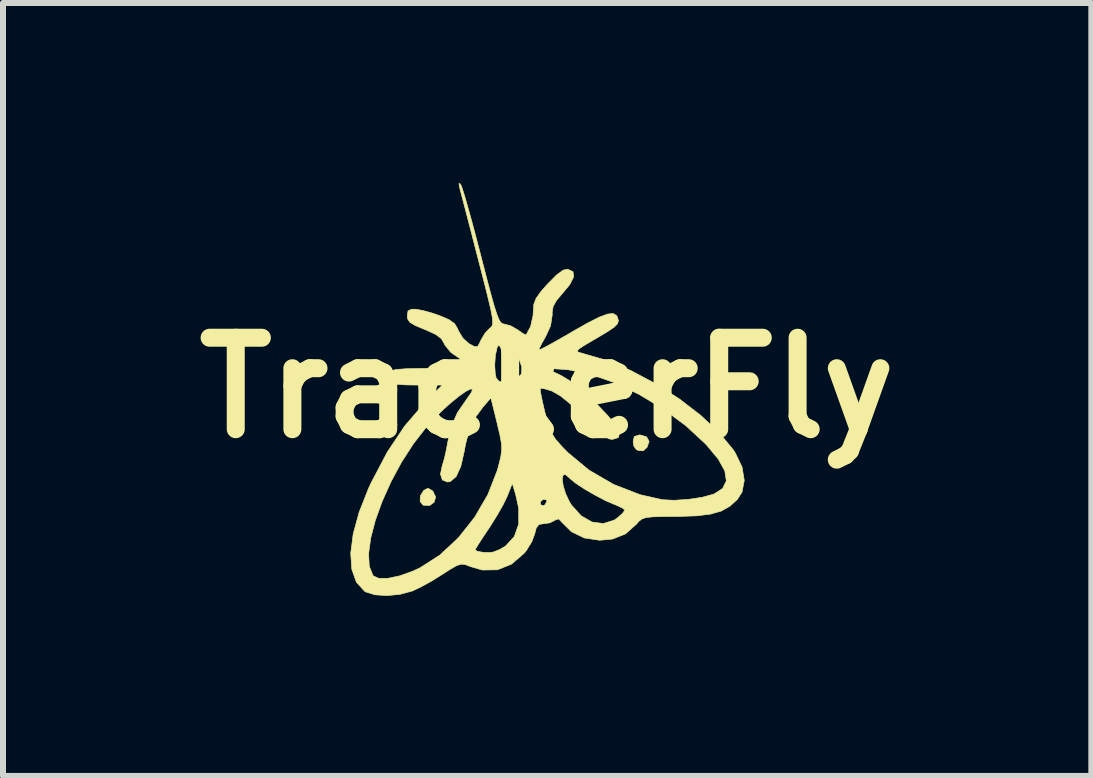
<source format=kicad_pcb>
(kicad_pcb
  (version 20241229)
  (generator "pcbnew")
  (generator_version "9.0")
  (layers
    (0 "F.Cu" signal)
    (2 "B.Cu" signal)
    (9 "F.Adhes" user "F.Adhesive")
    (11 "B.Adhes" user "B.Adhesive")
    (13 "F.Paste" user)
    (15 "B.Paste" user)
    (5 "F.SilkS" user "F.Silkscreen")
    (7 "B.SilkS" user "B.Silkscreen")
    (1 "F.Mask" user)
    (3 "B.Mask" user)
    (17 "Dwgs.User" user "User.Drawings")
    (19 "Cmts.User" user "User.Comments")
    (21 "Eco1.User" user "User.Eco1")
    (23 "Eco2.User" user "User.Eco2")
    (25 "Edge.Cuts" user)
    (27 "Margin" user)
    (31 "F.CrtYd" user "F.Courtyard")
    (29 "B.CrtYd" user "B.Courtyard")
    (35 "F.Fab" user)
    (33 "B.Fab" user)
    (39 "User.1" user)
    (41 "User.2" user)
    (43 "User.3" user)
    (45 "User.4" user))
  (footprint "TrackerFly"
    (layer "F.Cu")
    (at 6.067 3.412)
    (property "Reference" "TrackerFly" (at 0 0 0) (layer "F.SilkS") (effects (font (size 1.524 1.524) (thickness 0.3))))
    (attr through_hole)
    (fp_poly (pts (xy -1.917 1.712) (xy -1.903 1.725) (xy -1.858 1.818) (xy -1.883 1.906) (xy -1.958 1.961) (xy -2.065 1.956) (xy -2.067 1.955) (xy -2.117 1.894) (xy -2.113 1.799) (xy -2.057 1.71) (xy -2.053 1.707) (xy -1.985 1.673) (xy -1.917 1.712)) (stroke (width 0.01) (type solid)) (fill yes) (layer "F.SilkS"))
    (fp_poly (pts (xy 1.656 0.816) (xy 1.699 0.893) (xy 1.665 0.99) (xy 1.662 0.993) (xy 1.6 1.05) (xy 1.528 1.046) (xy 1.489 1.032) (xy 1.445 0.973) (xy 1.432 0.897) (xy 1.451 0.812) (xy 1.528 0.786) (xy 1.549 0.785) (xy 1.656 0.816)) (stroke (width 0.01) (type solid)) (fill yes) (layer "F.SilkS"))
    (fp_poly (pts (xy -1.444 -3.394) (xy -1.421 -3.339) (xy -1.378 -3.206) (xy -1.321 -3.008) (xy -1.252 -2.759) (xy -1.175 -2.47) (xy -1.106 -2.205) (xy -1.016 -1.855) (xy -0.944 -1.584) (xy -0.888 -1.382) (xy -0.843 -1.24) (xy -0.807 -1.147) (xy -0.776 -1.093) (xy -0.746 -1.068) (xy -0.713 -1.062) (xy -0.713 -1.062) (xy -0.608 -1.034) (xy -0.492 -0.967) (xy -0.489 -0.965) (xy -0.402 -0.904) (xy -0.353 -0.882) (xy -0.35 -0.884) (xy -0.276 -1.021) (xy -0.235 -1.205) (xy -0.231 -1.286) (xy -0.222 -1.394) (xy -0.184 -1.491) (xy -0.106 -1.602) (xy 0.007 -1.73) (xy 0.157 -1.881) (xy 0.267 -1.961) (xy 0.341 -1.977) (xy 0.431 -1.935) (xy 0.442 -1.848) (xy 0.375 -1.718) (xy 0.271 -1.592) (xy 0.157 -1.458) (xy 0.099 -1.355) (xy 0.083 -1.254) (xy 0.085 -1.219) (xy 0.057 -1.034) (xy -0.022 -0.861) (xy -0.089 -0.741) (xy -0.131 -0.656) (xy -0.139 -0.634) (xy -0.101 -0.645) (xy 0.001 -0.697) (xy 0.153 -0.781) (xy 0.342 -0.889) (xy 0.404 -0.926) (xy 0.667 -1.076) (xy 0.864 -1.176) (xy 1.005 -1.229) (xy 1.098 -1.238) (xy 1.155 -1.206) (xy 1.173 -1.173) (xy 1.187 -1.117) (xy 1.172 -1.067) (xy 1.115 -1.01) (xy 1.004 -0.935) (xy 0.827 -0.829) (xy 0.796 -0.811) (xy 0.63 -0.714) (xy 0.534 -0.652) (xy 0.5 -0.615) (xy 0.518 -0.594) (xy 0.578 -0.578) (xy 0.579 -0.577) (xy 0.976 -0.462) (xy 1.39 -0.29) (xy 1.803 -0.071) (xy 2.199 0.182) (xy 2.559 0.459) (xy 2.867 0.747) (xy 3.103 1.036) (xy 3.136 1.087) (xy 3.247 1.319) (xy 3.284 1.542) (xy 3.247 1.738) (xy 3.168 1.861) (xy 3.044 1.973) (xy 2.902 2.053) (xy 2.724 2.104) (xy 2.491 2.133) (xy 2.188 2.143) (xy 2.147 2.143) (xy 1.913 2.145) (xy 1.753 2.15) (xy 1.648 2.162) (xy 1.58 2.185) (xy 1.53 2.223) (xy 1.484 2.275) (xy 1.304 2.435) (xy 1.088 2.52) (xy 0.874 2.54) (xy 0.62 2.502) (xy 0.403 2.397) (xy 0.254 2.249) (xy 0.193 2.185) (xy 0.14 2.198) (xy 0.13 2.207) (xy 0.044 2.25) (xy -0.05 2.263) (xy -0.138 2.277) (xy -0.183 2.338) (xy -0.205 2.426) (xy -0.255 2.562) (xy -0.345 2.709) (xy -0.383 2.756) (xy -0.594 2.938) (xy -0.828 3.032) (xy -1.079 3.036) (xy -1.277 2.979) (xy -1.362 2.946) (xy -1.431 2.938) (xy -1.508 2.962) (xy -1.616 3.024) (xy -1.749 3.11) (xy -1.926 3.22) (xy -2.104 3.318) (xy -2.246 3.385) (xy -2.252 3.387) (xy -2.453 3.441) (xy -2.669 3.462) (xy -2.869 3.449) (xy -3.021 3.402) (xy -3.043 3.388) (xy -3.179 3.238) (xy -3.255 3.024) (xy -3.273 2.762) (xy -2.975 2.762) (xy -2.964 2.974) (xy -2.903 3.125) (xy -2.896 3.134) (xy -2.806 3.175) (xy -2.655 3.174) (xy -2.461 3.134) (xy -2.244 3.057) (xy -2.117 2.998) (xy -1.787 2.786) (xy -1.695 2.7) (xy -1.201 2.7) (xy -1.161 2.724) (xy -1.068 2.741) (xy -0.96 2.744) (xy -0.901 2.737) (xy -0.795 2.696) (xy -0.693 2.636) (xy -0.548 2.479) (xy -0.474 2.269) (xy -0.474 2.011) (xy -0.498 1.899) (xy -0.113 1.899) (xy -0.111 1.947) (xy -0.062 1.966) (xy -0.033 1.944) (xy -0.004 1.885) (xy -0.012 1.867) (xy -0.067 1.857) (xy -0.113 1.899) (xy -0.498 1.899) (xy -0.525 1.778) (xy -0.581 1.593) (xy -0.663 1.801) (xy -0.729 1.939) (xy -0.83 2.118) (xy -0.946 2.304) (xy -0.973 2.345) (xy -1.075 2.497) (xy -1.153 2.618) (xy -1.196 2.689) (xy -1.201 2.7) (xy -1.695 2.7) (xy -1.48 2.5) (xy -1.209 2.158) (xy -0.988 1.778) (xy -0.889 1.524) (xy 0.252 1.524) (xy 0.267 1.631) (xy 0.306 1.759) (xy 0.369 1.894) (xy 0.406 1.954) (xy 0.566 2.132) (xy 0.747 2.236) (xy 0.936 2.261) (xy 1.116 2.205) (xy 1.171 2.167) (xy 1.254 2.093) (xy 1.293 2.041) (xy 1.293 2.038) (xy 1.254 2.003) (xy 1.156 1.957) (xy 1.12 1.943) (xy 0.977 1.882) (xy 0.805 1.792) (xy 0.63 1.691) (xy 0.48 1.593) (xy 0.382 1.514) (xy 0.37 1.501) (xy 0.302 1.443) (xy 0.264 1.456) (xy 0.252 1.524) (xy -0.889 1.524) (xy -0.832 1.379) (xy -0.809 1.297) (xy -0.774 1.153) (xy -0.758 1.041) (xy -0.761 0.931) (xy -0.786 0.793) (xy -0.832 0.597) (xy -0.835 0.584) (xy -0.938 0.167) (xy -1.074 0.326) (xy -1.206 0.505) (xy -1.297 0.7) (xy -1.36 0.941) (xy -1.382 1.061) (xy -1.439 1.31) (xy -1.516 1.478) (xy -1.612 1.561) (xy -1.659 1.57) (xy -1.747 1.535) (xy -1.778 1.438) (xy -1.75 1.304) (xy -1.715 1.188) (xy -1.678 1.023) (xy -1.657 0.906) (xy -1.595 0.64) (xy -1.495 0.413) (xy -1.336 0.182) (xy -1.332 0.177) (xy -1.259 0.072) (xy -1.245 0.022) (xy -1.282 0.021) (xy -1.358 0.061) (xy -1.466 0.137) (xy -1.595 0.241) (xy -1.736 0.367) (xy -1.88 0.509) (xy -2.012 0.653) (xy -2.229 0.933) (xy -2.428 1.241) (xy -2.602 1.565) (xy -2.749 1.892) (xy -2.863 2.208) (xy -2.94 2.503) (xy -2.975 2.762) (xy -3.273 2.762) (xy -3.273 2.754) (xy -3.232 2.435) (xy -3.133 2.072) (xy -2.976 1.675) (xy -2.932 1.58) (xy -2.664 1.071) (xy -2.375 0.638) (xy -2.054 0.264) (xy -2.031 0.241) (xy -1.801 0.008) (xy -0.116 0.008) (xy -0.113 0.058) (xy -0.091 0.175) (xy -0.054 0.338) (xy -0.037 0.409) (xy 0.015 0.602) (xy 0.067 0.74) (xy 0.137 0.853) (xy 0.244 0.976) (xy 0.346 1.08) (xy 0.698 1.372) (xy 1.108 1.61) (xy 1.55 1.781) (xy 1.917 1.864) (xy 2.113 1.874) (xy 2.349 1.859) (xy 2.582 1.824) (xy 2.769 1.773) (xy 2.778 1.77) (xy 2.924 1.677) (xy 2.985 1.549) (xy 2.96 1.385) (xy 2.851 1.187) (xy 2.656 0.953) (xy 2.637 0.933) (xy 2.309 0.63) (xy 1.935 0.353) (xy 1.536 0.112) (xy 1.128 -0.083) (xy 0.731 -0.224) (xy 0.362 -0.299) (xy 0.277 -0.307) (xy -0.023 -0.326) (xy 0.229 -0.207) (xy 0.361 -0.128) (xy 0.52 -0.007) (xy 0.691 0.143) (xy 0.859 0.304) (xy 1.009 0.462) (xy 1.125 0.603) (xy 1.191 0.71) (xy 1.201 0.748) (xy 1.192 0.818) (xy 1.181 0.831) (xy 1.127 0.846) (xy 1.087 0.86) (xy 1.027 0.849) (xy 0.926 0.78) (xy 0.778 0.647) (xy 0.633 0.502) (xy 0.412 0.289) (xy 0.227 0.139) (xy 0.087 0.057) (xy 0.077 0.053) (xy -0.037 0.018) (xy -0.108 0.006) (xy -0.116 0.008) (xy -1.801 0.008) (xy -1.746 -0.046) (xy -2.165 -0.046) (xy -2.37 -0.049) (xy -2.501 -0.059) (xy -2.577 -0.08) (xy -2.618 -0.115) (xy -2.624 -0.127) (xy -2.654 -0.197) (xy -2.652 -0.248) (xy -2.607 -0.283) (xy -2.511 -0.306) (xy -2.35 -0.318) (xy -2.116 -0.323) (xy -1.901 -0.324) (xy -1.178 -0.324) (xy -1.266 -0.375) (xy -0.874 -0.375) (xy -0.864 -0.224) (xy -0.849 -0.163) (xy -0.795 -0.102) (xy -0.729 -0.111) (xy -0.683 -0.177) (xy -0.677 -0.236) (xy -0.694 -0.354) (xy -0.728 -0.508) (xy -0.741 -0.558) (xy -0.777 -0.675) (xy -0.793 -0.698) (xy -0.698 -0.698) (xy -0.686 -0.591) (xy -0.655 -0.441) (xy -0.654 -0.439) (xy -0.617 -0.288) (xy -0.587 -0.18) (xy -0.572 -0.139) (xy -0.572 -0.139) (xy -0.527 -0.153) (xy -0.489 -0.167) (xy -0.428 -0.233) (xy -0.423 -0.348) (xy -0.472 -0.488) (xy -0.533 -0.584) (xy -0.615 -0.68) (xy -0.676 -0.734) (xy -0.689 -0.739) (xy -0.698 -0.698) (xy -0.793 -0.698) (xy -0.803 -0.713) (xy -0.829 -0.682) (xy -0.834 -0.67) (xy -0.863 -0.54) (xy -0.874 -0.375) (xy -1.266 -0.375) (xy -1.423 -0.465) (xy -1.605 -0.591) (xy -1.705 -0.713) (xy -1.714 -0.734) (xy -1.762 -0.818) (xy -1.854 -0.888) (xy -2.01 -0.96) (xy -2.045 -0.974) (xy -2.202 -1.04) (xy -2.289 -1.093) (xy -2.326 -1.15) (xy -2.332 -1.201) (xy -2.318 -1.282) (xy -2.259 -1.31) (xy -2.194 -1.31) (xy -2.074 -1.289) (xy -1.911 -1.244) (xy -1.792 -1.203) (xy -1.636 -1.136) (xy -1.544 -1.071) (xy -1.492 -0.987) (xy -1.481 -0.956) (xy -1.403 -0.825) (xy -1.297 -0.732) (xy -1.203 -0.684) (xy -1.154 -0.694) (xy -1.113 -0.773) (xy -1.106 -0.791) (xy -1.036 -0.91) (xy -0.958 -0.991) (xy -0.931 -1.013) (xy -0.913 -1.044) (xy -0.907 -1.093) (xy -0.914 -1.171) (xy -0.936 -1.291) (xy -0.976 -1.462) (xy -1.034 -1.696) (xy -1.113 -2.004) (xy -1.152 -2.155) (xy -1.232 -2.465) (xy -1.305 -2.748) (xy -1.369 -2.992) (xy -1.419 -3.183) (xy -1.451 -3.307) (xy -1.462 -3.348) (xy -1.469 -3.407) (xy -1.444 -3.394)) (stroke (width 0.01) (type solid)) (fill yes) (layer "F.SilkS")))
  (gr_rect
    (start -3 -3)
    (end 15.134 9.879)
    (stroke (width 0.1) (type default))
    (fill no)
    (layer "Edge.Cuts")))
</source>
